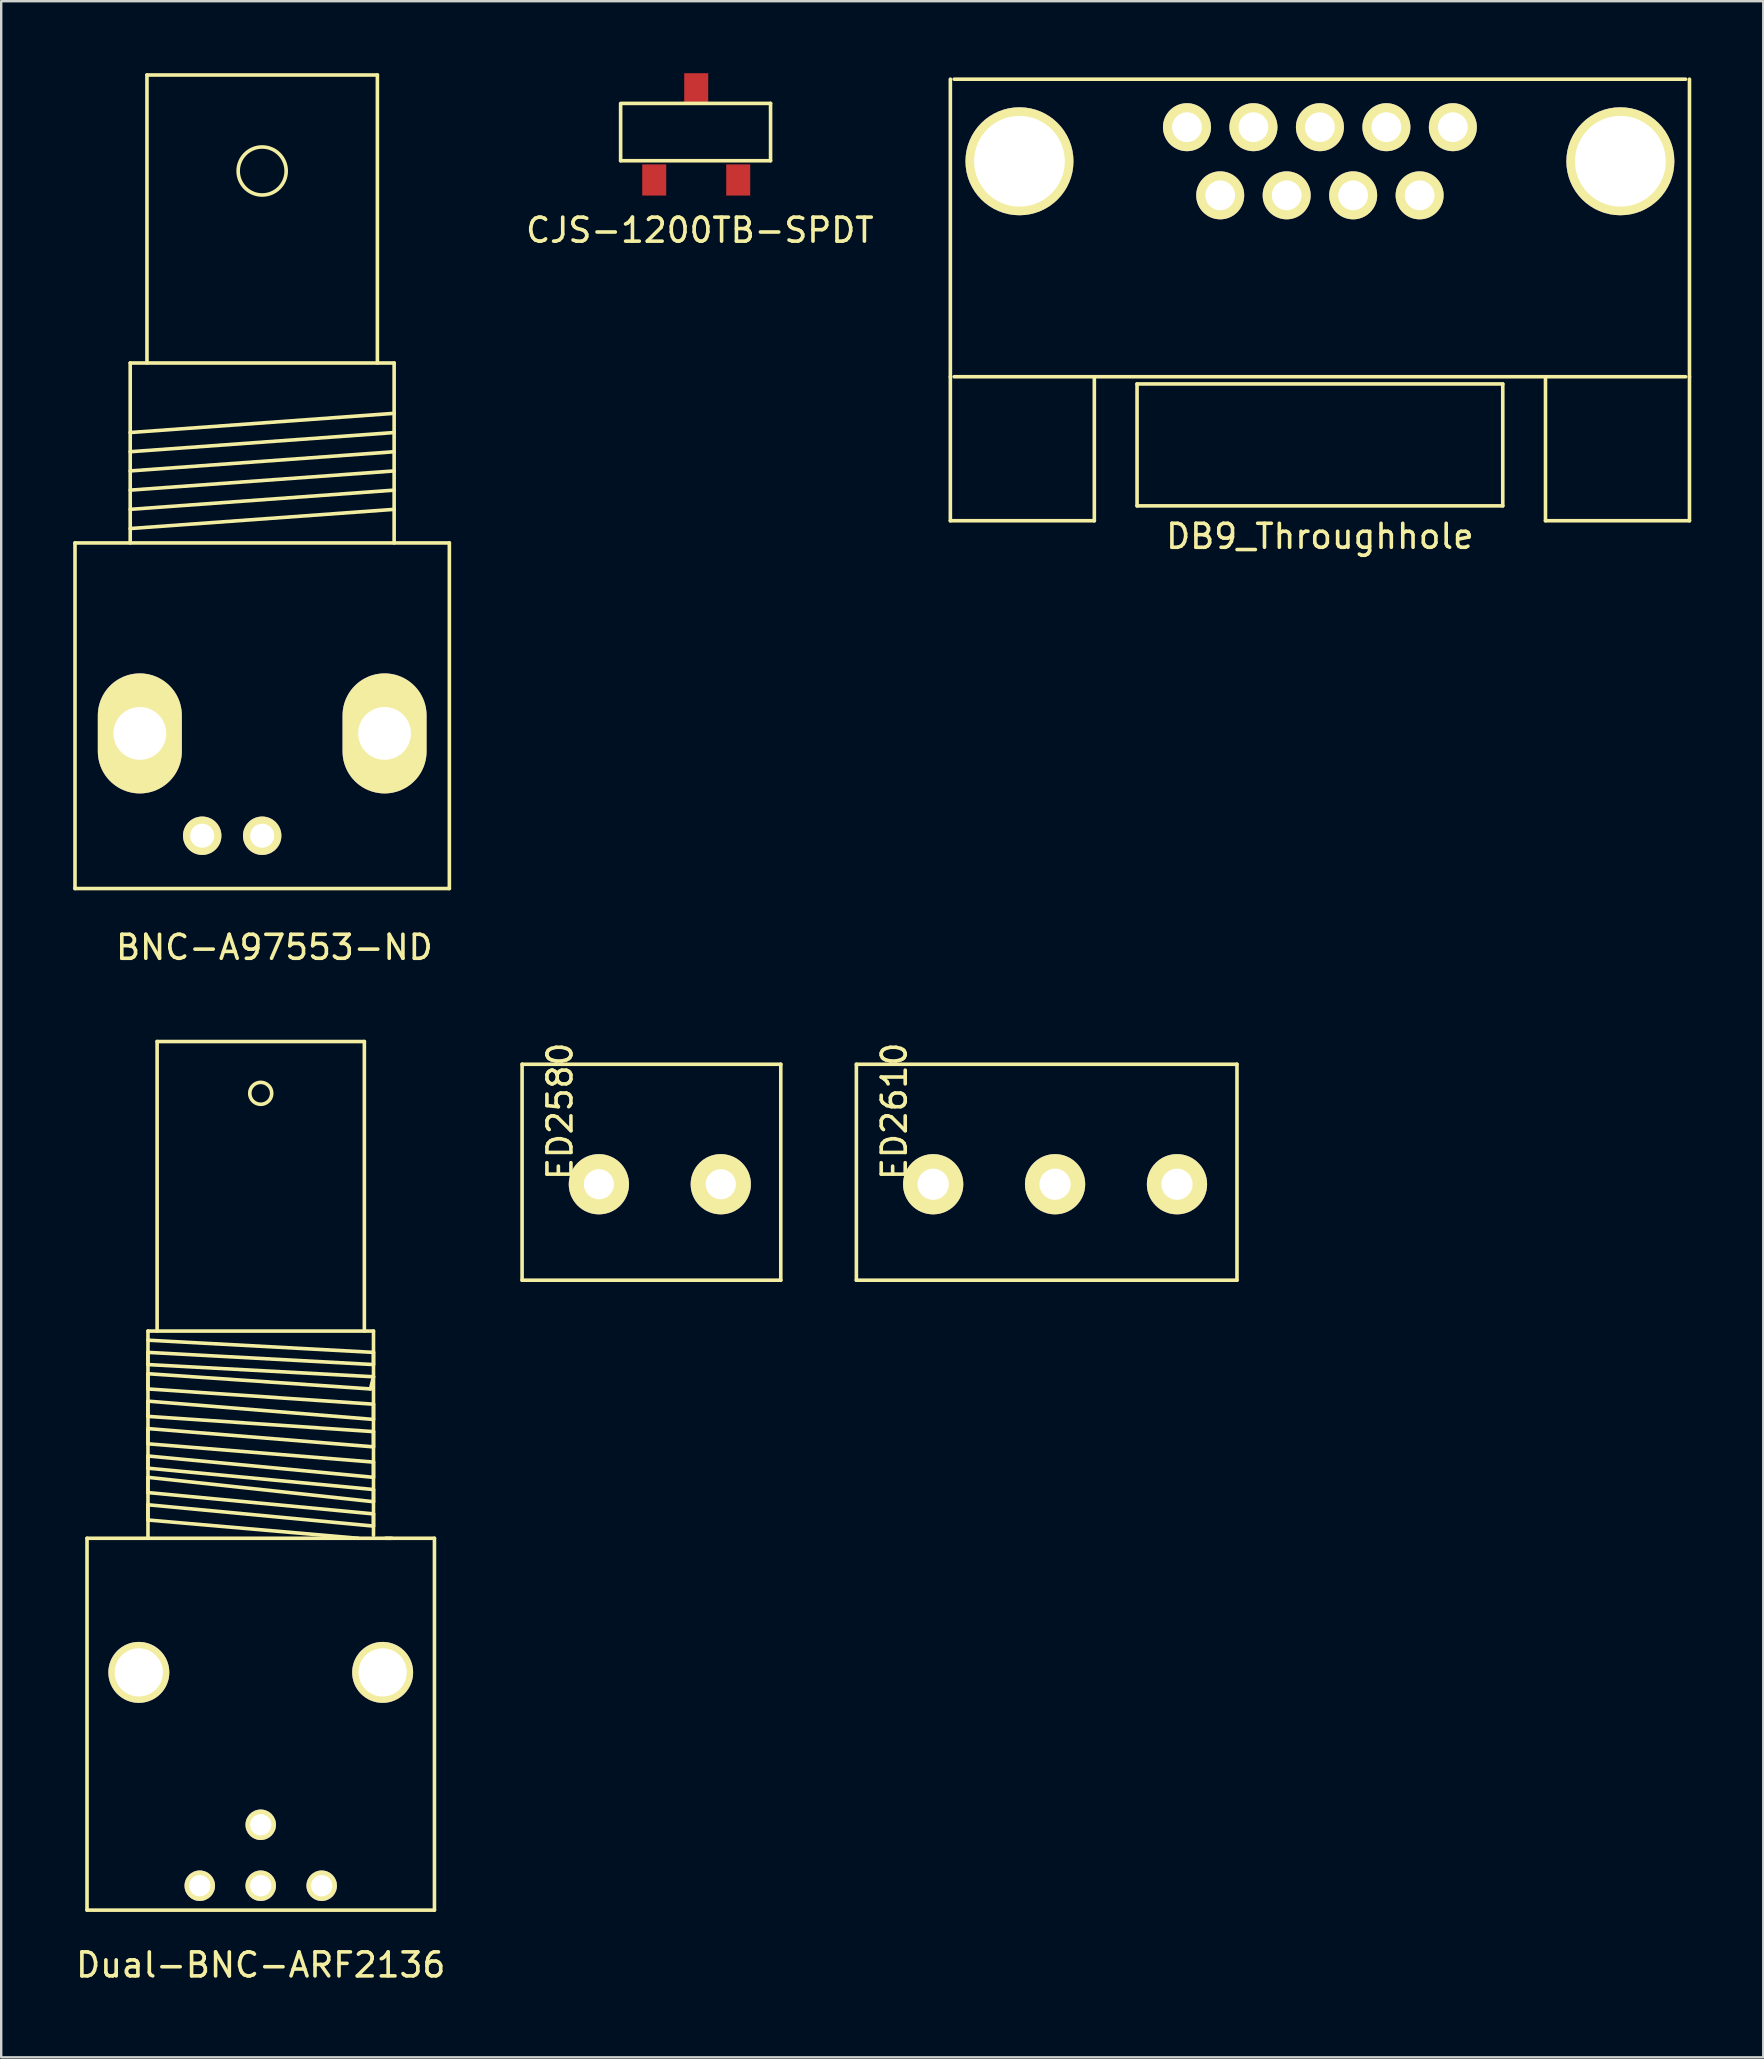
<source format=kicad_pcb>
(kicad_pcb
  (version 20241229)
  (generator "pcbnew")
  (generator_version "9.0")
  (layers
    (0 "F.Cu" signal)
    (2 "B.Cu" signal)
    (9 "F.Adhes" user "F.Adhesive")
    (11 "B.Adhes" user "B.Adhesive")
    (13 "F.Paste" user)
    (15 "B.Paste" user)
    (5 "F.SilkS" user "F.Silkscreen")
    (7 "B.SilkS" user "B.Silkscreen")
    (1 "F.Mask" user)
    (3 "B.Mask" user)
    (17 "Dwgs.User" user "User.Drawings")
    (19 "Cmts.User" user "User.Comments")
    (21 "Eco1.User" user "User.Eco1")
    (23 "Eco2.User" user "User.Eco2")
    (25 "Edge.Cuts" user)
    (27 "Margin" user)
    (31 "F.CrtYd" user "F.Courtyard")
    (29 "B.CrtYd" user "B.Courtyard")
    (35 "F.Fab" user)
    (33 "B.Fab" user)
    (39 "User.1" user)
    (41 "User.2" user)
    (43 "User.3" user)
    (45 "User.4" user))
  (footprint "Dual-BNC-ARF2136"
    (layer "F.Cu")
    (at 7.815 66.64)
    (property "Reference" "Dual-BNC-ARF2136" (at 0 12.192 0) (layer "F.SilkS") (effects (font (size 1 1) (thickness 0.15))))
    (attr through_hole)
    (fp_line (start -7.239 -5.588) (end -7.239 9.906) (stroke (width 0.15) (type solid)) (layer "F.SilkS"))
    (fp_line (start -7.239 -5.588) (end 5.461 -5.588) (stroke (width 0.15) (type solid)) (layer "F.SilkS"))
    (fp_line (start -7.239 9.906) (end 7.239 9.906) (stroke (width 0.15) (type solid)) (layer "F.SilkS"))
    (fp_line (start -4.699 -14.224) (end 4.699 -14.224) (stroke (width 0.15) (type solid)) (layer "F.SilkS"))
    (fp_line (start -4.699 -13.843) (end 4.699 -13.335) (stroke (width 0.15) (type solid)) (layer "F.SilkS"))
    (fp_line (start -4.699 -13.335) (end -4.699 -12.827) (stroke (width 0.15) (type solid)) (layer "F.SilkS"))
    (fp_line (start -4.699 -12.827) (end 4.699 -12.319) (stroke (width 0.15) (type solid)) (layer "F.SilkS"))
    (fp_line (start -4.699 -12.446) (end -4.699 -11.811) (stroke (width 0.15) (type solid)) (layer "F.SilkS"))
    (fp_line (start -4.699 -11.811) (end 4.699 -11.176) (stroke (width 0.15) (type solid)) (layer "F.SilkS"))
    (fp_line (start -4.699 -11.303) (end -4.699 -10.668) (stroke (width 0.15) (type solid)) (layer "F.SilkS"))
    (fp_line (start -4.699 -10.668) (end 4.699 -10.033) (stroke (width 0.15) (type solid)) (layer "F.SilkS"))
    (fp_line (start -4.699 -10.16) (end -4.699 -9.525) (stroke (width 0.15) (type solid)) (layer "F.SilkS"))
    (fp_line (start -4.699 -9.525) (end 4.699 -8.763) (stroke (width 0.15) (type solid)) (layer "F.SilkS"))
    (fp_line (start -4.699 -9.017) (end -4.699 -8.509) (stroke (width 0.15) (type solid)) (layer "F.SilkS"))
    (fp_line (start -4.699 -8.509) (end 4.699 -7.62) (stroke (width 0.15) (type solid)) (layer "F.SilkS"))
    (fp_line (start -4.699 -8.128) (end -4.699 -7.493) (stroke (width 0.15) (type solid)) (layer "F.SilkS"))
    (fp_line (start -4.699 -7.493) (end 4.699 -6.604) (stroke (width 0.15) (type solid)) (layer "F.SilkS"))
    (fp_line (start -4.699 -6.985) (end -4.699 -6.35) (stroke (width 0.15) (type solid)) (layer "F.SilkS"))
    (fp_line (start -4.699 -6.35) (end 4.064 -5.588) (stroke (width 0.15) (type solid)) (layer "F.SilkS"))
    (fp_line (start -4.699 -5.588) (end -4.699 -14.224) (stroke (width 0.15) (type solid)) (layer "F.SilkS"))
    (fp_line (start -4.318 -26.289) (end 4.318 -26.289) (stroke (width 0.15) (type solid)) (layer "F.SilkS"))
    (fp_line (start -4.318 -14.224) (end -4.318 -26.289) (stroke (width 0.15) (type solid)) (layer "F.SilkS"))
    (fp_line (start 4.318 -26.289) (end 4.318 -14.224) (stroke (width 0.15) (type solid)) (layer "F.SilkS"))
    (fp_line (start 4.572 -11.811) (end -4.699 -12.446) (stroke (width 0.15) (type solid)) (layer "F.SilkS"))
    (fp_line (start 4.699 -14.224) (end 4.699 -5.715) (stroke (width 0.15) (type solid)) (layer "F.SilkS"))
    (fp_line (start 4.699 -13.335) (end 4.699 -12.827) (stroke (width 0.15) (type solid)) (layer "F.SilkS"))
    (fp_line (start 4.699 -12.827) (end -4.699 -13.335) (stroke (width 0.15) (type solid)) (layer "F.SilkS"))
    (fp_line (start 4.699 -12.319) (end 4.572 -11.811) (stroke (width 0.15) (type solid)) (layer "F.SilkS"))
    (fp_line (start 4.699 -11.176) (end 4.699 -10.541) (stroke (width 0.15) (type solid)) (layer "F.SilkS"))
    (fp_line (start 4.699 -10.541) (end -4.699 -11.303) (stroke (width 0.15) (type solid)) (layer "F.SilkS"))
    (fp_line (start 4.699 -10.033) (end 4.699 -9.398) (stroke (width 0.15) (type solid)) (layer "F.SilkS"))
    (fp_line (start 4.699 -9.398) (end -4.699 -10.16) (stroke (width 0.15) (type solid)) (layer "F.SilkS"))
    (fp_line (start 4.699 -8.763) (end 4.699 -8.128) (stroke (width 0.15) (type solid)) (layer "F.SilkS"))
    (fp_line (start 4.699 -8.128) (end -4.699 -9.017) (stroke (width 0.15) (type solid)) (layer "F.SilkS"))
    (fp_line (start 4.699 -7.62) (end 4.699 -7.112) (stroke (width 0.15) (type solid)) (layer "F.SilkS"))
    (fp_line (start 4.699 -7.112) (end -4.699 -8.128) (stroke (width 0.15) (type solid)) (layer "F.SilkS"))
    (fp_line (start 4.699 -6.604) (end 4.699 -6.096) (stroke (width 0.15) (type solid)) (layer "F.SilkS"))
    (fp_line (start 4.699 -6.096) (end -4.699 -6.985) (stroke (width 0.15) (type solid)) (layer "F.SilkS"))
    (fp_line (start 7.239 -5.588) (end 5.207 -5.588) (stroke (width 0.15) (type solid)) (layer "F.SilkS"))
    (fp_line (start 7.239 9.906) (end 7.239 -5.588) (stroke (width 0.15) (type solid)) (layer "F.SilkS"))
    (fp_circle (center 0 -24.13) (end 0.254 -23.749) (stroke (width 0.15) (type solid)) (fill no) (layer "F.SilkS"))
    (pad "1" thru_hole circle (at 0 6.35) (size 1.27 1.27) (drill 0.889) (layers "*.Cu" "*.Mask" "F.SilkS"))
    (pad "2" thru_hole circle (at 2.54 8.89) (size 1.27 1.27) (drill 0.889) (layers "*.Cu" "*.Mask" "F.SilkS"))
    (pad "3" thru_hole circle (at 0 8.89) (size 1.27 1.27) (drill 0.889) (layers "*.Cu" "*.Mask" "F.SilkS"))
    (pad "4" thru_hole circle (at -2.54 8.89) (size 1.27 1.27) (drill 0.889) (layers "*.Cu" "*.Mask" "F.SilkS"))
    (pad "5" thru_hole circle (at 5.08 0) (size 2.54 2.54) (drill 2.007) (layers "*.Cu" "*.Mask" "F.SilkS"))
    (pad "6" thru_hole circle (at -5.08 0) (size 2.54 2.54) (drill 2.007) (layers "*.Cu" "*.Mask" "F.SilkS")))
  (footprint "BNC-A97553-ND"
    (layer "F.Cu")
    (at 7.875 26.775)
    (property "Reference" "BNC-A97553-ND" (at 0.508 9.652 0) (layer "F.SilkS") (effects (font (size 1 1) (thickness 0.15))))
    (attr through_hole)
    (fp_line (start -7.8 -7.201) (end -7.8 7.201) (stroke (width 0.15) (type solid)) (layer "F.SilkS"))
    (fp_line (start -7.8 7.201) (end 7.8 7.201) (stroke (width 0.15) (type solid)) (layer "F.SilkS"))
    (fp_line (start -5.499 -14.699) (end -5.499 -7.201) (stroke (width 0.15) (type solid)) (layer "F.SilkS"))
    (fp_line (start -5.499 -11.801) (end 5.499 -12.601) (stroke (width 0.15) (type solid)) (layer "F.SilkS"))
    (fp_line (start -5.499 -11.001) (end 5.499 -11.801) (stroke (width 0.15) (type solid)) (layer "F.SilkS"))
    (fp_line (start -5.499 -10.201) (end 5.499 -11.001) (stroke (width 0.15) (type solid)) (layer "F.SilkS"))
    (fp_line (start -5.499 -9.401) (end 5.499 -10.201) (stroke (width 0.15) (type solid)) (layer "F.SilkS"))
    (fp_line (start -5.499 -8.6) (end 5.499 -9.401) (stroke (width 0.15) (type solid)) (layer "F.SilkS"))
    (fp_line (start -5.499 -7.8) (end 5.499 -8.6) (stroke (width 0.15) (type solid)) (layer "F.SilkS"))
    (fp_line (start -4.801 -26.7) (end -4.801 -14.699) (stroke (width 0.15) (type solid)) (layer "F.SilkS"))
    (fp_line (start 4.801 -26.7) (end -4.801 -26.7) (stroke (width 0.15) (type solid)) (layer "F.SilkS"))
    (fp_line (start 4.801 -14.699) (end 4.801 -26.7) (stroke (width 0.15) (type solid)) (layer "F.SilkS"))
    (fp_line (start 5.499 -14.699) (end -5.499 -14.699) (stroke (width 0.15) (type solid)) (layer "F.SilkS"))
    (fp_line (start 5.499 -7.201) (end 5.499 -14.699) (stroke (width 0.15) (type solid)) (layer "F.SilkS"))
    (fp_line (start 7.8 -7.201) (end -7.8 -7.201) (stroke (width 0.15) (type solid)) (layer "F.SilkS"))
    (fp_line (start 7.8 7.201) (end 7.8 -7.201) (stroke (width 0.15) (type solid)) (layer "F.SilkS"))
    (fp_circle (center 0 -22.7) (end 1.001 -22.7) (stroke (width 0.15) (type solid)) (fill no) (layer "F.SilkS"))
    (pad "1" thru_hole circle (at 0 5.001) (size 1.6 1.6) (drill 1.001) (layers "*.Cu" "*.Mask" "F.SilkS"))
    (pad "2" thru_hole oval (at -5.098 0.737) (size 3.5 5.001) (drill 2.2) (layers "*.Cu" "*.Mask" "F.SilkS"))
    (pad "2" thru_hole circle (at -2.499 5.001) (size 1.6 1.6) (drill 1.001) (layers "*.Cu" "*.Mask" "F.SilkS"))
    (pad "2" thru_hole oval (at 5.1 0.737) (size 3.5 5.001) (drill 2.2) (layers "*.Cu" "*.Mask" "F.SilkS")))
  (footprint "CJS-1200TB-SPDT"
    (layer "F.Cu")
    (at 25.86 2.225)
    (property "Reference" "CJS-1200TB-SPDT" (at 0.254 4.318 0) (layer "F.SilkS") (effects (font (size 1 1) (thickness 0.15))))
    (attr through_hole)
    (fp_line (start -3.048 1.422) (end -3.048 -0.965) (stroke (width 0.15) (type solid)) (layer "F.SilkS"))
    (fp_line (start -2.997 -0.965) (end 3.2 -0.965) (stroke (width 0.15) (type solid)) (layer "F.SilkS"))
    (fp_line (start 3.2 -0.965) (end 3.2 1.422) (stroke (width 0.15) (type solid)) (layer "F.SilkS"))
    (fp_line (start 3.2 1.422) (end -3.048 1.422) (stroke (width 0.15) (type solid)) (layer "F.SilkS"))
    (pad "1" smd rect (at -1.648 2.225) (size 1 1.3) (layers "F.Cu" "F.Mask" "F.Paste"))
    (pad "2" smd rect (at 0.102 -1.575) (size 1 1.3) (layers "F.Cu" "F.Mask" "F.Paste"))
    (pad "3" smd rect (at 1.852 2.225) (size 1 1.3) (layers "F.Cu" "F.Mask" "F.Paste")))
  (footprint "ED2610"
    (layer "F.Cu")
    (at 40.566 45.798)
    (property "Reference" "ED2610" (at -6.35 -2.54 90) (layer "F.SilkS") (effects (font (size 1 1) (thickness 0.15))))
    (attr through_hole)
    (fp_line (start -7.93 -4.5) (end -7.93 4.5) (stroke (width 0.15) (type solid)) (layer "F.SilkS"))
    (fp_line (start 7.93 -4.5) (end -7.93 -4.5) (stroke (width 0.15) (type solid)) (layer "F.SilkS"))
    (fp_line (start 7.93 -4.5) (end 7.93 4.5) (stroke (width 0.15) (type solid)) (layer "F.SilkS"))
    (fp_line (start 7.93 4.5) (end -7.93 4.5) (stroke (width 0.15) (type solid)) (layer "F.SilkS"))
    (pad "1" thru_hole circle (at -4.73 0.5) (size 2.51 2.51) (drill 1.3) (layers "*.Cu" "*.Mask" "F.SilkS"))
    (pad "2" thru_hole circle (at 0.35 0.5) (size 2.51 2.51) (drill 1.3) (layers "*.Cu" "*.Mask" "F.SilkS"))
    (pad "3" thru_hole circle (at 5.43 0.5) (size 2.51 2.51) (drill 1.3) (layers "*.Cu" "*.Mask" "F.SilkS")))
  (footprint "ED2580"
    (layer "F.Cu")
    (at 24.096 45.798)
    (property "Reference" "ED2580" (at -3.81 -2.54 90) (layer "F.SilkS") (effects (font (size 1 1) (thickness 0.15))))
    (attr through_hole)
    (fp_line (start -5.39 -4.5) (end -5.39 4.5) (stroke (width 0.15) (type solid)) (layer "F.SilkS"))
    (fp_line (start 5.39 -4.5) (end -5.39 -4.5) (stroke (width 0.15) (type solid)) (layer "F.SilkS"))
    (fp_line (start 5.39 -4.5) (end 5.39 4.5) (stroke (width 0.15) (type solid)) (layer "F.SilkS"))
    (fp_line (start 5.39 4.5) (end -5.39 4.5) (stroke (width 0.15) (type solid)) (layer "F.SilkS"))
    (pad "1" thru_hole circle (at -2.19 0.5) (size 2.51 2.51) (drill 1.255) (layers "*.Cu" "*.Mask" "F.SilkS"))
    (pad "2" thru_hole circle (at 2.89 0.5) (size 2.51 2.51) (drill 1.255) (layers "*.Cu" "*.Mask" "F.SilkS")))
  (footprint "DB9_Throughhole"
    (layer "F.Cu")
    (at 51.952 0.25)
    (property "Reference" "DB9_Throughhole" (at 0 19.05 0) (layer "F.SilkS") (effects (font (size 1 1) (thickness 0.15))))
    (attr through_hole)
    (fp_line (start -15.4 12.4) (end -15.4 0) (stroke (width 0.15) (type solid)) (layer "F.SilkS"))
    (fp_line (start -15.4 12.4) (end -15.4 18.4) (stroke (width 0.15) (type solid)) (layer "F.SilkS"))
    (fp_line (start -15.4 18.4) (end -9.4 18.4) (stroke (width 0.15) (type solid)) (layer "F.SilkS"))
    (fp_line (start -15.24 0) (end 15.24 0) (stroke (width 0.15) (type solid)) (layer "F.SilkS"))
    (fp_line (start -15.24 12.4) (end 15.24 12.4) (stroke (width 0.15) (type solid)) (layer "F.SilkS"))
    (fp_line (start -9.4 12.4) (end -9.4 18.4) (stroke (width 0.15) (type solid)) (layer "F.SilkS"))
    (fp_line (start -7.62 12.7) (end -7.62 17.78) (stroke (width 0.15) (type solid)) (layer "F.SilkS"))
    (fp_line (start -7.62 17.78) (end 7.62 17.78) (stroke (width 0.15) (type solid)) (layer "F.SilkS"))
    (fp_line (start 7.62 12.7) (end -7.62 12.7) (stroke (width 0.15) (type solid)) (layer "F.SilkS"))
    (fp_line (start 7.62 17.78) (end 7.62 12.7) (stroke (width 0.15) (type solid)) (layer "F.SilkS"))
    (fp_line (start 9.4 12.4) (end 9.4 18.4) (stroke (width 0.15) (type solid)) (layer "F.SilkS"))
    (fp_line (start 9.4 18.4) (end 15.4 18.4) (stroke (width 0.15) (type solid)) (layer "F.SilkS"))
    (fp_line (start 15.4 12.4) (end 15.4 0) (stroke (width 0.15) (type solid)) (layer "F.SilkS"))
    (fp_line (start 15.4 12.4) (end 15.4 18.4) (stroke (width 0.15) (type solid)) (layer "F.SilkS"))
    (pad "1" thru_hole circle (at 5.54 2) (size 2 2) (drill 1.24) (layers "*.Cu" "*.Mask" "F.SilkS"))
    (pad "2" thru_hole circle (at 2.77 2) (size 2 2) (drill 1.24) (layers "*.Cu" "*.Mask" "F.SilkS"))
    (pad "3" thru_hole circle (at 0 2) (size 2 2) (drill 1.24) (layers "*.Cu" "*.Mask" "F.SilkS"))
    (pad "4" thru_hole circle (at -2.77 2) (size 2 2) (drill 1.24) (layers "*.Cu" "*.Mask" "F.SilkS"))
    (pad "5" thru_hole circle (at -5.54 2) (size 2 2) (drill 1.24) (layers "*.Cu" "*.Mask" "F.SilkS"))
    (pad "6" thru_hole circle (at 4.155 4.84) (size 2 2) (drill 1.24) (layers "*.Cu" "*.Mask" "F.SilkS"))
    (pad "7" thru_hole circle (at 1.385 4.84) (size 2 2) (drill 1.24) (layers "*.Cu" "*.Mask" "F.SilkS"))
    (pad "8" thru_hole circle (at -1.385 4.84) (size 2 2) (drill 1.24) (layers "*.Cu" "*.Mask" "F.SilkS"))
    (pad "9" thru_hole circle (at -4.155 4.84) (size 2 2) (drill 1.24) (layers "*.Cu" "*.Mask" "F.SilkS"))
    (pad "10" thru_hole circle (at 12.52 3.42) (size 4.5 4.5) (drill 3.78) (layers "*.Cu" "*.Mask" "F.SilkS"))
    (pad "11" thru_hole circle (at -12.52 3.42) (size 4.5 4.5) (drill 3.78) (layers "*.Cu" "*.Mask" "F.SilkS")))
  (gr_rect
    (start -3 -3)
    (end 70.427 82.68)
    (stroke (width 0.1) (type default))
    (fill no)
    (layer "Edge.Cuts")))
</source>
